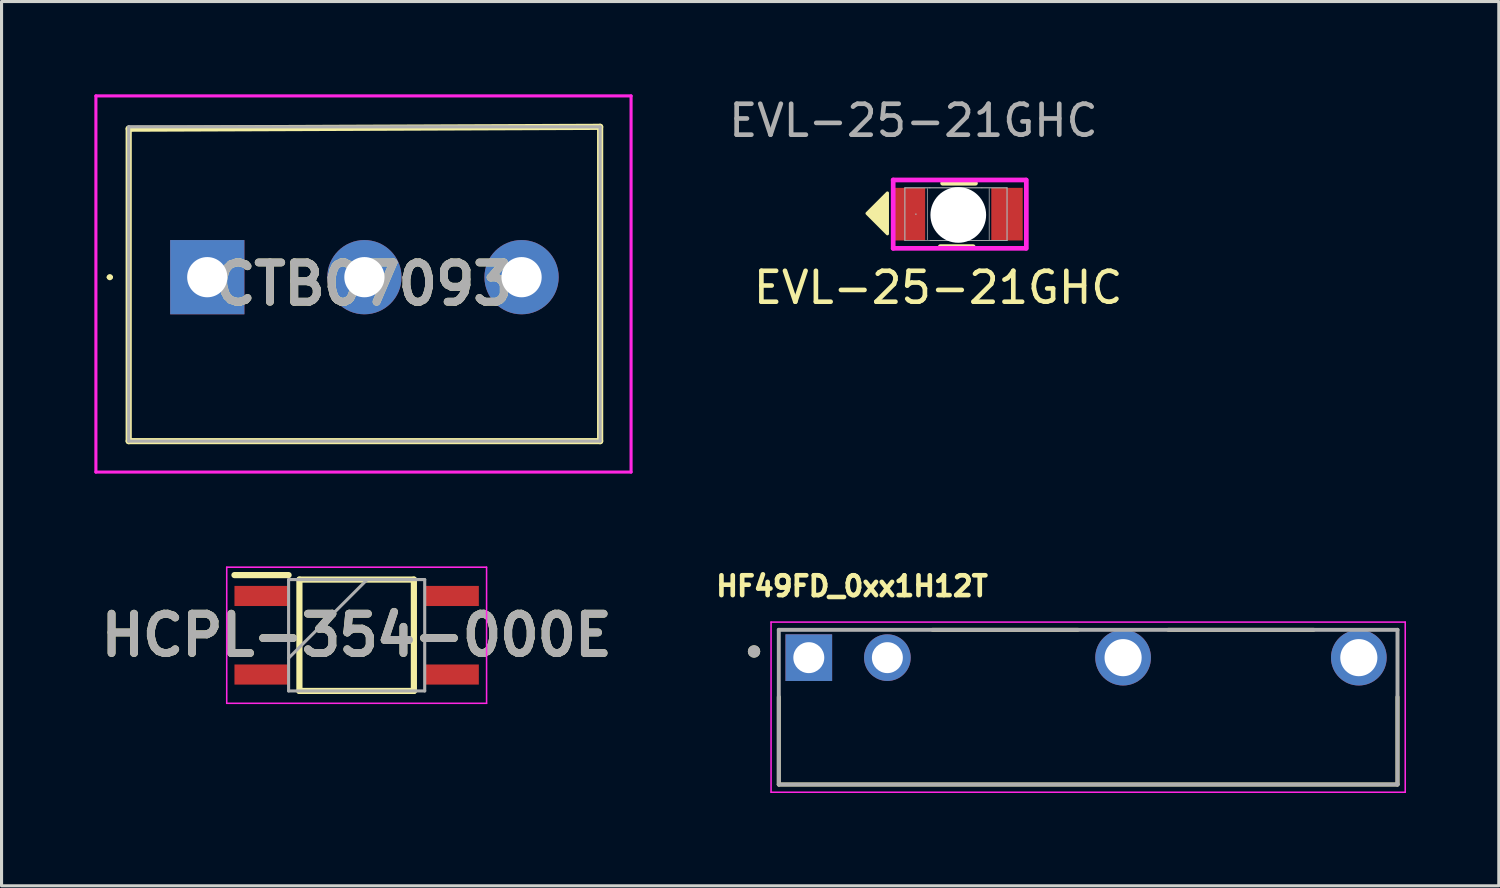
<source format=kicad_pcb>
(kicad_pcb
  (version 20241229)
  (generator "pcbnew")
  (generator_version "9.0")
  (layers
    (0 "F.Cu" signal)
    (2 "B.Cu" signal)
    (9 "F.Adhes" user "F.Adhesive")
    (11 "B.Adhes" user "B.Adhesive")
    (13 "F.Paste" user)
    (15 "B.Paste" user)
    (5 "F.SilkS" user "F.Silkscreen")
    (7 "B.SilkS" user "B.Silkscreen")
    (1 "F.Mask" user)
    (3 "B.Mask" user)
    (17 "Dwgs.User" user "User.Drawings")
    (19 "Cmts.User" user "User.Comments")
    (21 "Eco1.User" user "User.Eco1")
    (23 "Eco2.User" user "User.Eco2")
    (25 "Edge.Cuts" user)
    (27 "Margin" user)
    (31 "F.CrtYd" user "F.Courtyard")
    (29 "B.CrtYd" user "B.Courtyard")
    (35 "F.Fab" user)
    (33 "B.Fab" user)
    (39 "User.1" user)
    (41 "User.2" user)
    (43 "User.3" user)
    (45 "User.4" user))
  (footprint "HF49FD_0xx1H12T"
    (layer "F.Cu")
    (at 32.125 19.809)
    (property "Reference" "HF49FD_0xx1H12T" (at -7.633 -3.911 0) (layer "F.SilkS") (effects (font (size 0.64 0.64) (thickness 0.15))))
    (attr through_hole)
    (fp_line (start -10 -0.33) (end -10 2.5) (stroke (width 0.127) (type solid)) (layer "F.SilkS"))
    (fp_line (start -10 2.5) (end 10 2.5) (stroke (width 0.127) (type solid)) (layer "F.SilkS"))
    (fp_line (start -0.33 -2.5) (end -5.03 -2.5) (stroke (width 0.127) (type solid)) (layer "F.SilkS"))
    (fp_line (start 7.29 -2.5) (end 2.59 -2.5) (stroke (width 0.127) (type solid)) (layer "F.SilkS"))
    (fp_line (start 10 -0.33) (end 10 2.5) (stroke (width 0.127) (type solid)) (layer "F.SilkS"))
    (fp_circle (center -10.8 -1.8) (end -10.7 -1.8) (stroke (width 0.2) (type solid)) (fill no) (layer "F.SilkS"))
    (fp_line (start -10.25 -2.75) (end -10.25 2.75) (stroke (width 0.05) (type solid)) (layer "F.CrtYd"))
    (fp_line (start -10.25 2.75) (end 10.25 2.75) (stroke (width 0.05) (type solid)) (layer "F.CrtYd"))
    (fp_line (start 10.25 -2.75) (end -10.25 -2.75) (stroke (width 0.05) (type solid)) (layer "F.CrtYd"))
    (fp_line (start 10.25 2.75) (end 10.25 -2.75) (stroke (width 0.05) (type solid)) (layer "F.CrtYd"))
    (fp_line (start -10 -2.5) (end -10 2.5) (stroke (width 0.127) (type solid)) (layer "F.Fab"))
    (fp_line (start -10 2.5) (end 10 2.5) (stroke (width 0.127) (type solid)) (layer "F.Fab"))
    (fp_line (start 10 -2.5) (end -10 -2.5) (stroke (width 0.127) (type solid)) (layer "F.Fab"))
    (fp_line (start 10 2.5) (end 10 -2.5) (stroke (width 0.127) (type solid)) (layer "F.Fab"))
    (fp_circle (center -10.8 -1.8) (end -10.7 -1.8) (stroke (width 0.2) (type solid)) (fill no) (layer "F.Fab"))
    (pad "1" thru_hole rect (at -9.03 -1.6) (size 1.508 1.508) (drill 1) (layers "*.Cu" "*.Mask"))
    (pad "2" thru_hole circle (at -6.49 -1.6) (size 1.508 1.508) (drill 1) (layers "*.Cu" "*.Mask"))
    (pad "3" thru_hole circle (at 1.13 -1.6) (size 1.8 1.8) (drill 1.2) (layers "*.Cu" "*.Mask"))
    (pad "4" thru_hole circle (at 8.75 -1.6) (size 1.8 1.8) (drill 1.2) (layers "*.Cu" "*.Mask")))
  (footprint "CTB07093"
    (layer "F.Cu")
    (at 3.65 5.91)
    (property "Reference" "CTB07093" (at 5.05 0.22 0) (layer "F.SilkS") (effects (font (size 1.27 1.27) (thickness 0.254))))
    (attr through_hole)
    (fp_line (start -3.2 0) (end -3.2 0) (stroke (width 0.1) (type solid)) (layer "F.SilkS"))
    (fp_line (start -3.1 0) (end -3.1 0) (stroke (width 0.1) (type solid)) (layer "F.SilkS"))
    (fp_line (start -2.54 -4.8) (end -2.54 5.3) (stroke (width 0.2) (type solid)) (layer "F.SilkS"))
    (fp_line (start -2.54 5.3) (end 12.7 5.3) (stroke (width 0.2) (type solid)) (layer "F.SilkS"))
    (fp_line (start 12.7 -4.86) (end -2.54 -4.8) (stroke (width 0.2) (type solid)) (layer "F.SilkS"))
    (fp_line (start 12.7 5.3) (end 12.7 -4.86) (stroke (width 0.2) (type solid)) (layer "F.SilkS"))
    (fp_arc (start -3.2 0) (mid -3.15 -0.05) (end -3.1 0) (stroke (width 0.1) (type solid)) (layer "F.SilkS"))
    (fp_arc (start -3.1 0) (mid -3.15 0.05) (end -3.2 0) (stroke (width 0.1) (type solid)) (layer "F.SilkS"))
    (fp_line (start -3.6 -5.86) (end 13.7 -5.86) (stroke (width 0.1) (type solid)) (layer "F.CrtYd"))
    (fp_line (start -3.6 6.3) (end -3.6 -5.86) (stroke (width 0.1) (type solid)) (layer "F.CrtYd"))
    (fp_line (start 13.7 -5.86) (end 13.7 6.3) (stroke (width 0.1) (type solid)) (layer "F.CrtYd"))
    (fp_line (start 13.7 6.3) (end -3.6 6.3) (stroke (width 0.1) (type solid)) (layer "F.CrtYd"))
    (fp_line (start -2.54 -4.86) (end -2.54 5.3) (stroke (width 0.1) (type solid)) (layer "F.Fab"))
    (fp_line (start -2.54 5.3) (end 12.7 5.3) (stroke (width 0.1) (type solid)) (layer "F.Fab"))
    (fp_line (start 12.7 -4.86) (end -2.54 -4.86) (stroke (width 0.1) (type solid)) (layer "F.Fab"))
    (fp_line (start 12.7 5.3) (end 12.7 -4.86) (stroke (width 0.1) (type solid)) (layer "F.Fab"))
    (fp_text user "${REFERENCE}" (at 5.05 0.22 0) (layer "F.Fab") (effects (font (size 1.27 1.27) (thickness 0.254))))
    (pad "1" thru_hole rect (at 0 0) (size 2.4 2.4) (drill 1.3) (layers "*.Cu" "*.Mask"))
    (pad "2" thru_hole circle (at 5.08 0) (size 2.4 2.4) (drill 1.3) (layers "*.Cu" "*.Mask"))
    (pad "3" thru_hole circle (at 10.16 0) (size 2.4 2.4) (drill 1.3) (layers "*.Cu" "*.Mask")))
  (footprint "HCPL-354-000E"
    (layer "F.Cu")
    (at 8.479 17.485)
    (property "Reference" "HCPL-354-000E" (at 0 0 0) (layer "F.SilkS") (effects (font (size 1.27 1.27) (thickness 0.254))))
    (attr smd)
    (fp_line (start -3.95 -1.945) (end -2.2 -1.945) (stroke (width 0.2) (type solid)) (layer "F.SilkS"))
    (fp_line (start -1.85 -1.8) (end 1.85 -1.8) (stroke (width 0.2) (type solid)) (layer "F.SilkS"))
    (fp_line (start -1.85 1.8) (end -1.85 -1.8) (stroke (width 0.2) (type solid)) (layer "F.SilkS"))
    (fp_line (start 1.85 -1.8) (end 1.85 1.8) (stroke (width 0.2) (type solid)) (layer "F.SilkS"))
    (fp_line (start 1.85 1.8) (end -1.85 1.8) (stroke (width 0.2) (type solid)) (layer "F.SilkS"))
    (fp_line (start -4.2 -2.2) (end 4.2 -2.2) (stroke (width 0.05) (type solid)) (layer "F.CrtYd"))
    (fp_line (start -4.2 2.2) (end -4.2 -2.2) (stroke (width 0.05) (type solid)) (layer "F.CrtYd"))
    (fp_line (start 4.2 -2.2) (end 4.2 2.2) (stroke (width 0.05) (type solid)) (layer "F.CrtYd"))
    (fp_line (start 4.2 2.2) (end -4.2 2.2) (stroke (width 0.05) (type solid)) (layer "F.CrtYd"))
    (fp_line (start -2.2 -1.8) (end 2.2 -1.8) (stroke (width 0.1) (type solid)) (layer "F.Fab"))
    (fp_line (start -2.2 0.74) (end 0.34 -1.8) (stroke (width 0.1) (type solid)) (layer "F.Fab"))
    (fp_line (start -2.2 1.8) (end -2.2 -1.8) (stroke (width 0.1) (type solid)) (layer "F.Fab"))
    (fp_line (start 2.2 -1.8) (end 2.2 1.8) (stroke (width 0.1) (type solid)) (layer "F.Fab"))
    (fp_line (start 2.2 1.8) (end -2.2 1.8) (stroke (width 0.1) (type solid)) (layer "F.Fab"))
    (fp_text user "${REFERENCE}" (at 0 0 0) (layer "F.Fab") (effects (font (size 1.27 1.27) (thickness 0.254))))
    (pad "1" smd rect (at -3.075 -1.27 90) (size 0.65 1.75) (layers "F.Cu" "F.Mask" "F.Paste"))
    (pad "2" smd rect (at -3.075 1.27 90) (size 0.65 1.75) (layers "F.Cu" "F.Mask" "F.Paste"))
    (pad "3" smd rect (at 3.075 1.27 90) (size 0.65 1.75) (layers "F.Cu" "F.Mask" "F.Paste"))
    (pad "4" smd rect (at 3.075 -1.27 90) (size 0.65 1.75) (layers "F.Cu" "F.Mask" "F.Paste")))
  (footprint "EVL-25-21GHC"
    (layer "F.Cu")
    (at 27.852 3.873)
    (property "Reference" "EVL-25-21GHC" (at -0.575 2.375 0) (unlocked yes) (layer "F.SilkS") (effects (font (size 1 1) (thickness 0.15))))
    (attr smd)
    (fp_line (start -0.506 1.05) (end 0.556 1.05) (stroke (width 0.152) (type solid)) (layer "F.SilkS"))
    (fp_line (start 0.631 -1) (end -0.431 -1) (stroke (width 0.152) (type solid)) (layer "F.SilkS"))
    (fp_poly (pts (xy -2.875 -0.025) (xy -2.215 -0.685) (xy -2.215 0.635)) (stroke (width 0.1) (type solid)) (fill yes) (layer "F.SilkS"))
    (fp_line (start -2.029 -1.105) (end 2.261 -1.105) (stroke (width 0.152) (type solid)) (layer "F.CrtYd"))
    (fp_line (start -2.029 1.105) (end -2.029 -1.105) (stroke (width 0.152) (type solid)) (layer "F.CrtYd"))
    (fp_line (start 2.261 1.105) (end -2.029 1.105) (stroke (width 0.152) (type solid)) (layer "F.CrtYd"))
    (fp_line (start 2.275 -1.105) (end 2.275 1.105) (stroke (width 0.152) (type solid)) (layer "F.CrtYd"))
    (fp_line (start -1.651 -0.851) (end -1.651 0.851) (stroke (width 0.025) (type solid)) (layer "F.Fab"))
    (fp_line (start -1.651 -0.851) (end -1.651 0.851) (stroke (width 0.025) (type solid)) (layer "F.Fab"))
    (fp_line (start -1.651 0.851) (end 1.651 0.851) (stroke (width 0.025) (type solid)) (layer "F.Fab"))
    (fp_line (start -0.925 0.825) (end -0.925 -0.826) (stroke (width 0.025) (type solid)) (layer "F.Fab"))
    (fp_line (start -0.851 -0.851) (end 0.838 -0.851) (stroke (width 0.025) (type solid)) (layer "F.Fab"))
    (fp_line (start -0.838 -0.851) (end -1.651 -0.851) (stroke (width 0.025) (type solid)) (layer "F.Fab"))
    (fp_line (start 0.838 0.851) (end -0.838 0.851) (stroke (width 0.025) (type solid)) (layer "F.Fab"))
    (fp_line (start 0.838 0.851) (end 1.651 0.851) (stroke (width 0.025) (type solid)) (layer "F.Fab"))
    (fp_line (start 1.075 -0.826) (end 1.075 0.825) (stroke (width 0.025) (type solid)) (layer "F.Fab"))
    (fp_line (start 1.651 -0.851) (end -1.651 -0.851) (stroke (width 0.025) (type solid)) (layer "F.Fab"))
    (fp_line (start 1.651 -0.851) (end 0.838 -0.851) (stroke (width 0.025) (type solid)) (layer "F.Fab"))
    (fp_line (start 1.651 0.851) (end 1.651 -0.851) (stroke (width 0.025) (type solid)) (layer "F.Fab"))
    (fp_line (start 1.651 0.851) (end 1.651 -0.851) (stroke (width 0.025) (type solid)) (layer "F.Fab"))
    (fp_circle (center -1.295 0) (end -1.295 0) (stroke (width 0.025) (type solid)) (fill no) (layer "F.Fab"))
    (fp_text user "${REFERENCE}" (at -1.375 -3.025 0) (unlocked yes) (layer "F.Fab") (effects (font (size 1 1) (thickness 0.15))))
    (pad "" np_thru_hole circle (at 0.075 0.025) (size 1.8 1.8) (drill 1.8) (layers "*.Cu" "*.Mask"))
    (pad "1" smd rect (at -1.5 0) (size 1.008 1.702) (layers "F.Cu" "F.Mask" "F.Paste"))
    (pad "2" smd rect (at 1.65 0) (size 1.016 1.702) (layers "F.Cu" "F.Mask" "F.Paste"))
    (zone (net_name "") (layer "F.Cu") (hatch full 0.508) (connect_pads) (min_thickness 0.254) (filled_areas_thickness no) (keepout (tracks not_allowed) (vias not_allowed) (pads allowed) (copperpour not_allowed) (footprints allowed)) (placement (enabled no)) (fill) (polygon (pts (xy 26.928 2.973) (xy 28.902 2.973) (xy 28.902 4.823) (xy 26.928 4.823)))))
  (gr_rect
    (start -3 -3)
    (end 45.4 25.584)
    (stroke (width 0.1) (type default))
    (fill no)
    (layer "Edge.Cuts")))
</source>
